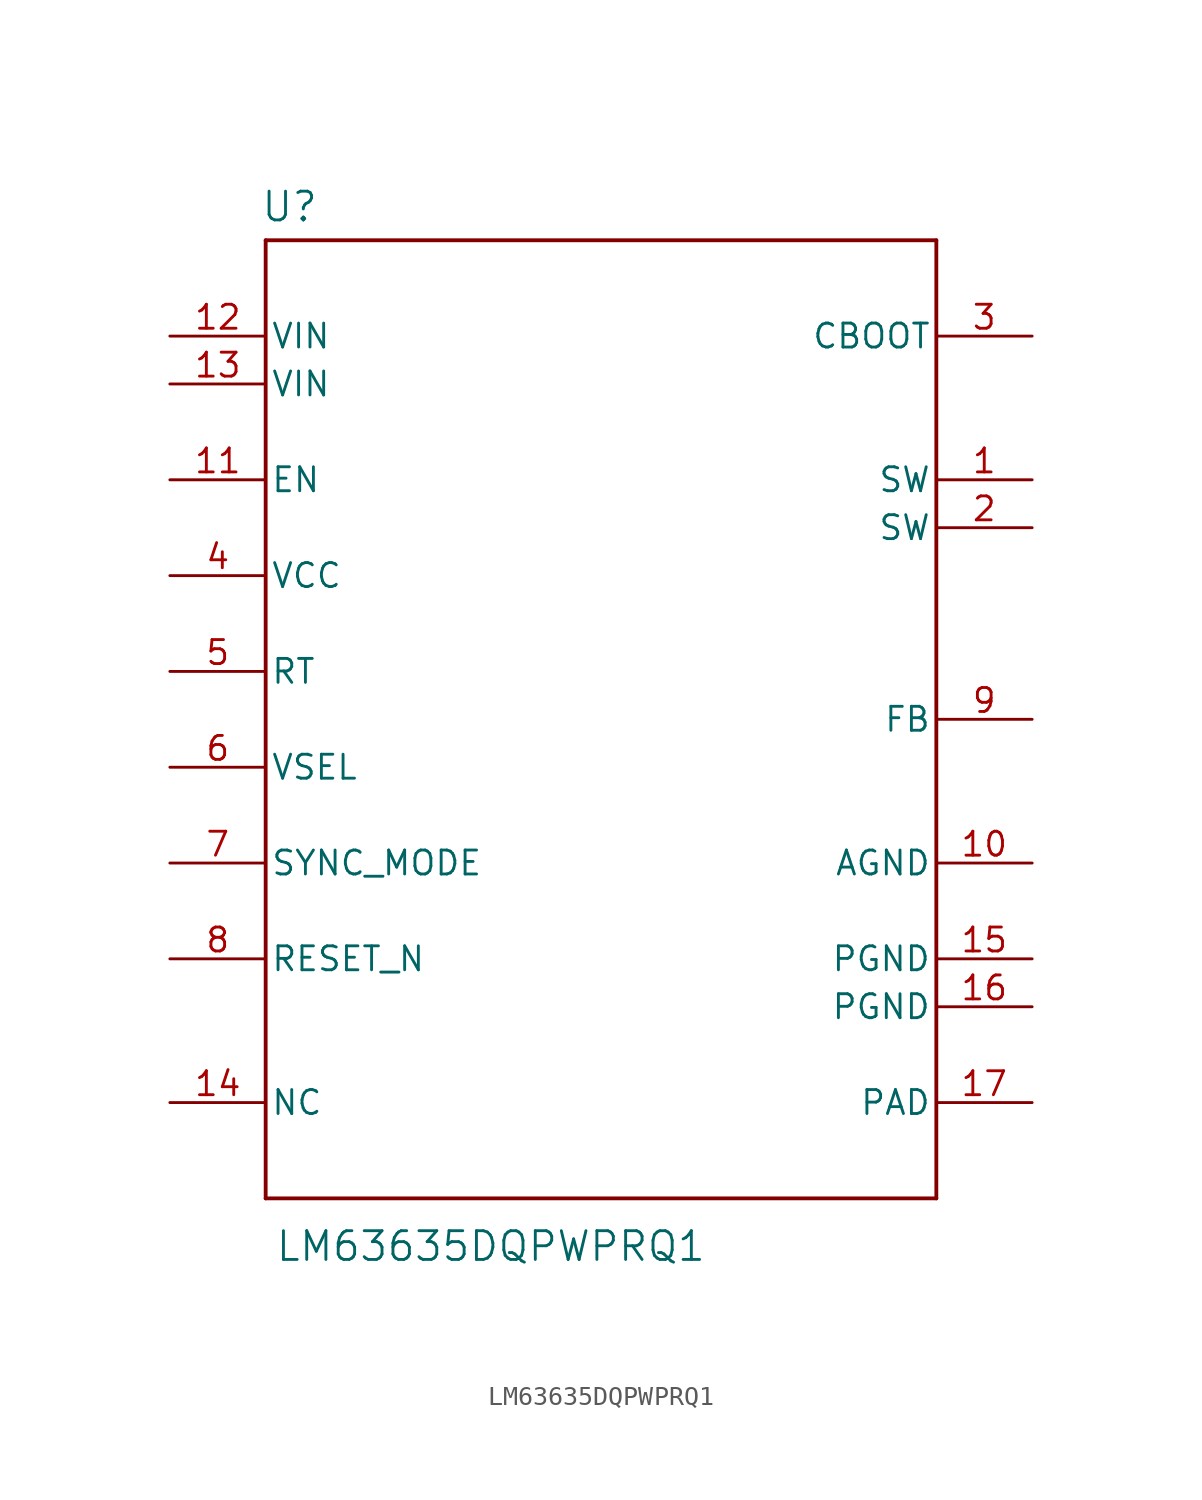
<source format=kicad_sym>
(kicad_symbol_lib
  (version 20231120)
  (generator "kicad_symbol_editor")
  (generator_version "8.0")
  (symbol "LM63635DQPWPRQ1"
    (pin_names
      (offset 0.254))
    (property "Reference" "U"
      (at 1.27 1.778 0)
      (effects (font (size 1.524 1.524))))
    (property "Value" "LM63635DQPWPRQ1"
      (at 11.938 -53.34 0)
      (effects (font (size 1.524 1.524))))
    (property "ki_locked" ""
      (at 0 0 0)
      (effects (font (size 1.27 1.27))))
    (symbol "LM63635DQPWPRQ1_0_1"
      (polyline (pts (xy 0 -50.8) (xy 35.56 -50.8)) (stroke (width 0.203) (type default)) (fill (type none)))
      (polyline (pts (xy 0 0) (xy 0 -50.8)) (stroke (width 0.203) (type default)) (fill (type none)))
      (polyline (pts (xy 35.56 -50.8) (xy 35.56 0)) (stroke (width 0.203) (type default)) (fill (type none)))
      (polyline (pts (xy 35.56 0) (xy 0 0)) (stroke (width 0.203) (type default)) (fill (type none)))
      (pin power_in line (at 40.64 -12.7 180) (length 5.08) (name "SW" (effects (font (size 1.27 1.27)))) (number "1" (effects (font (size 1.27 1.27)))))
      (pin power_in line (at 40.64 -33.02 180) (length 5.08) (name "AGND" (effects (font (size 1.27 1.27)))) (number "10" (effects (font (size 1.27 1.27)))))
      (pin input line (at -5.08 -12.7 0) (length 5.08) (name "EN" (effects (font (size 1.27 1.27)))) (number "11" (effects (font (size 1.27 1.27)))))
      (pin power_in line (at -5.08 -5.08 0) (length 5.08) (name "VIN" (effects (font (size 1.27 1.27)))) (number "12" (effects (font (size 1.27 1.27)))))
      (pin power_in line (at -5.08 -7.62 0) (length 5.08) (name "VIN" (effects (font (size 1.27 1.27)))) (number "13" (effects (font (size 1.27 1.27)))))
      (pin unspecified line (at -5.08 -45.72 0) (length 5.08) (name "NC" (effects (font (size 1.27 1.27)))) (number "14" (effects (font (size 1.27 1.27)))))
      (pin power_in line (at 40.64 -38.1 180) (length 5.08) (name "PGND" (effects (font (size 1.27 1.27)))) (number "15" (effects (font (size 1.27 1.27)))))
      (pin power_in line (at 40.64 -40.64 180) (length 5.08) (name "PGND" (effects (font (size 1.27 1.27)))) (number "16" (effects (font (size 1.27 1.27)))))
      (pin power_in line (at 40.64 -45.72 180) (length 5.08) (name "PAD" (effects (font (size 1.27 1.27)))) (number "17" (effects (font (size 1.27 1.27)))))
      (pin power_in line (at 40.64 -15.24 180) (length 5.08) (name "SW" (effects (font (size 1.27 1.27)))) (number "2" (effects (font (size 1.27 1.27)))))
      (pin power_in line (at 40.64 -5.08 180) (length 5.08) (name "CBOOT" (effects (font (size 1.27 1.27)))) (number "3" (effects (font (size 1.27 1.27)))))
      (pin power_in line (at -5.08 -17.78 0) (length 5.08) (name "VCC" (effects (font (size 1.27 1.27)))) (number "4" (effects (font (size 1.27 1.27)))))
      (pin input line (at -5.08 -22.86 0) (length 5.08) (name "RT" (effects (font (size 1.27 1.27)))) (number "5" (effects (font (size 1.27 1.27)))))
      (pin input line (at -5.08 -27.94 0) (length 5.08) (name "VSEL" (effects (font (size 1.27 1.27)))) (number "6" (effects (font (size 1.27 1.27)))))
      (pin input line (at -5.08 -33.02 0) (length 5.08) (name "SYNC_MODE" (effects (font (size 1.27 1.27)))) (number "7" (effects (font (size 1.27 1.27)))))
      (pin open_collector line (at -5.08 -38.1 0) (length 5.08) (name "RESET_N" (effects (font (size 1.27 1.27)))) (number "8" (effects (font (size 1.27 1.27)))))
      (pin input line (at 40.64 -25.4 180) (length 5.08) (name "FB" (effects (font (size 1.27 1.27)))) (number "9" (effects (font (size 1.27 1.27))))))))
</source>
